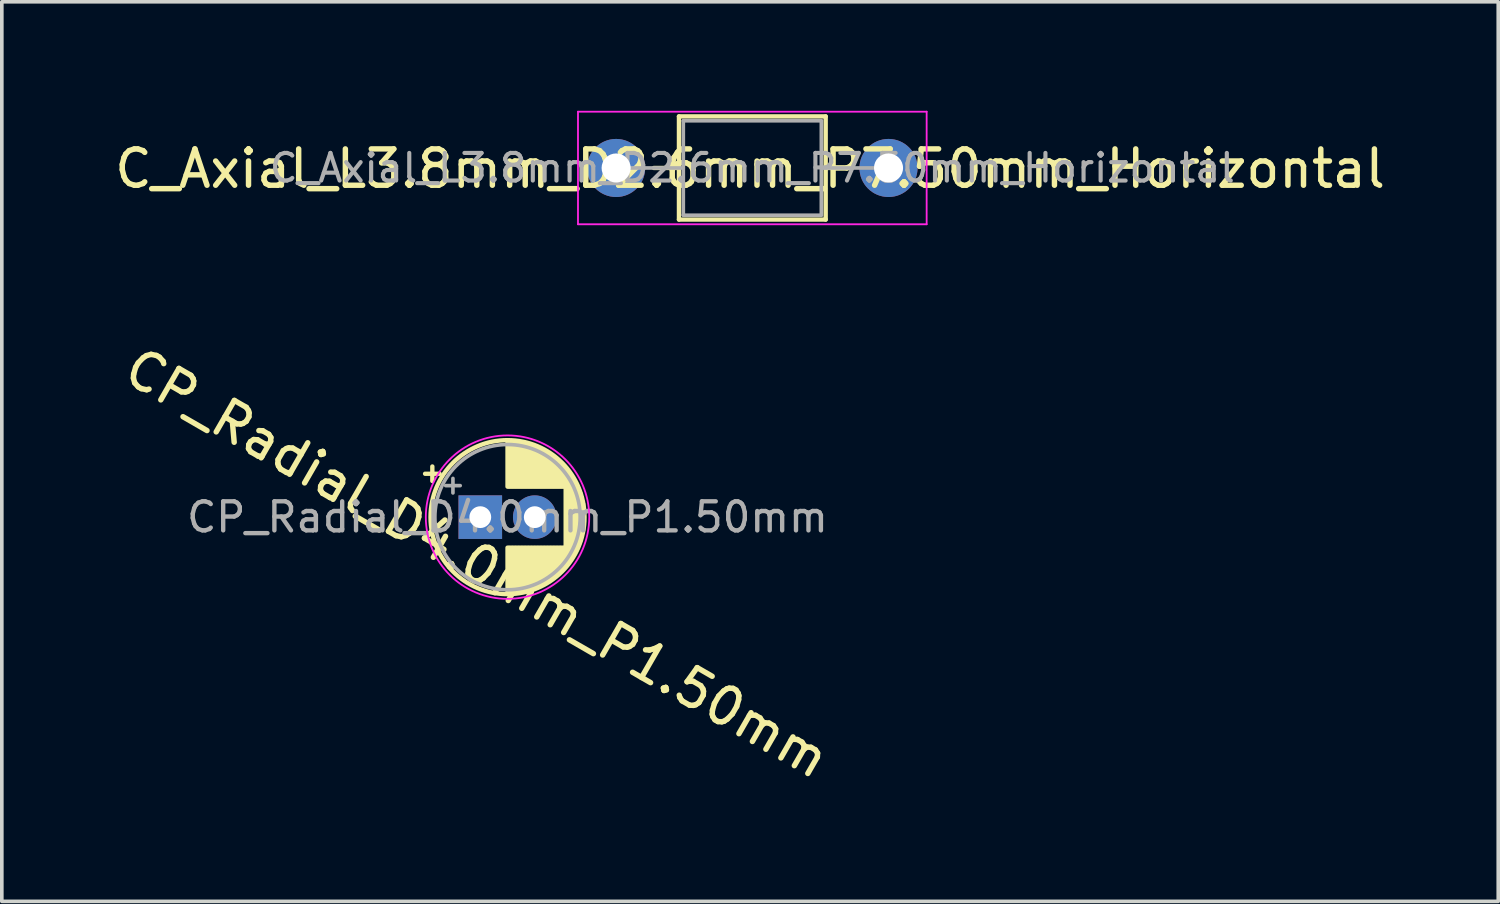
<source format=kicad_pcb>
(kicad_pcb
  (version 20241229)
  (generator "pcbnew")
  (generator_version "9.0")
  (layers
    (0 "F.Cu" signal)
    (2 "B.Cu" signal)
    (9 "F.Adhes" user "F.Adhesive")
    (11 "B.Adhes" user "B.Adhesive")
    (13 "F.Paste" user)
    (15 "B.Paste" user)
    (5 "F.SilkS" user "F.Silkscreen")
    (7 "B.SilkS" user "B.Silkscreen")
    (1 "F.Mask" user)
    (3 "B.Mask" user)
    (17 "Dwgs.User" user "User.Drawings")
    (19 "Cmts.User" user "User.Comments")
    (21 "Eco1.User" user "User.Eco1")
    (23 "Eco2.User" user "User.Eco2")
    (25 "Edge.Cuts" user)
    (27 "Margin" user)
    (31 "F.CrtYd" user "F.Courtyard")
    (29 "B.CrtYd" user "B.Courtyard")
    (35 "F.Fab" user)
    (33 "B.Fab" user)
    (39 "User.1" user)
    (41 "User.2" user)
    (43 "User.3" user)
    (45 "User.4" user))
  (footprint "CP_Radial_D4.0mm_P1.50mm"
    (layer "F.Cu")
    (at 10.174 11.189)
    (property "Reference" "CP_Radial_D4.0mm_P1.50mm" (at -0.095 1.27 330) (layer "F.SilkS") (effects (font (size 1 1) (thickness 0.15))))
    (attr through_hole)
    (fp_line (start -1.52 -1.195) (end -1.12 -1.195) (stroke (width 0.12) (type solid)) (layer "F.SilkS"))
    (fp_line (start -1.32 -1.395) (end -1.32 -0.995) (stroke (width 0.12) (type solid)) (layer "F.SilkS"))
    (fp_line (start 0.75 -2.08) (end 0.75 -0.84) (stroke (width 0.12) (type solid)) (layer "F.SilkS"))
    (fp_line (start 0.75 0.84) (end 0.75 2.08) (stroke (width 0.12) (type solid)) (layer "F.SilkS"))
    (fp_line (start 0.79 -2.08) (end 0.79 -0.84) (stroke (width 0.12) (type solid)) (layer "F.SilkS"))
    (fp_line (start 0.79 0.84) (end 0.79 2.08) (stroke (width 0.12) (type solid)) (layer "F.SilkS"))
    (fp_line (start 0.83 -2.079) (end 0.83 -0.84) (stroke (width 0.12) (type solid)) (layer "F.SilkS"))
    (fp_line (start 0.83 0.84) (end 0.83 2.079) (stroke (width 0.12) (type solid)) (layer "F.SilkS"))
    (fp_line (start 0.87 -2.077) (end 0.87 -0.84) (stroke (width 0.12) (type solid)) (layer "F.SilkS"))
    (fp_line (start 0.87 0.84) (end 0.87 2.077) (stroke (width 0.12) (type solid)) (layer "F.SilkS"))
    (fp_line (start 0.91 -2.074) (end 0.91 -0.84) (stroke (width 0.12) (type solid)) (layer "F.SilkS"))
    (fp_line (start 0.91 0.84) (end 0.91 2.074) (stroke (width 0.12) (type solid)) (layer "F.SilkS"))
    (fp_line (start 0.95 -2.071) (end 0.95 -0.84) (stroke (width 0.12) (type solid)) (layer "F.SilkS"))
    (fp_line (start 0.95 0.84) (end 0.95 2.071) (stroke (width 0.12) (type solid)) (layer "F.SilkS"))
    (fp_line (start 0.99 -2.067) (end 0.99 -0.84) (stroke (width 0.12) (type solid)) (layer "F.SilkS"))
    (fp_line (start 0.99 0.84) (end 0.99 2.067) (stroke (width 0.12) (type solid)) (layer "F.SilkS"))
    (fp_line (start 1.03 -2.062) (end 1.03 -0.84) (stroke (width 0.12) (type solid)) (layer "F.SilkS"))
    (fp_line (start 1.03 0.84) (end 1.03 2.062) (stroke (width 0.12) (type solid)) (layer "F.SilkS"))
    (fp_line (start 1.07 -2.056) (end 1.07 -0.84) (stroke (width 0.12) (type solid)) (layer "F.SilkS"))
    (fp_line (start 1.07 0.84) (end 1.07 2.056) (stroke (width 0.12) (type solid)) (layer "F.SilkS"))
    (fp_line (start 1.11 -2.05) (end 1.11 -0.84) (stroke (width 0.12) (type solid)) (layer "F.SilkS"))
    (fp_line (start 1.11 0.84) (end 1.11 2.05) (stroke (width 0.12) (type solid)) (layer "F.SilkS"))
    (fp_line (start 1.15 -2.042) (end 1.15 -0.84) (stroke (width 0.12) (type solid)) (layer "F.SilkS"))
    (fp_line (start 1.15 0.84) (end 1.15 2.042) (stroke (width 0.12) (type solid)) (layer "F.SilkS"))
    (fp_line (start 1.19 -2.034) (end 1.19 -0.84) (stroke (width 0.12) (type solid)) (layer "F.SilkS"))
    (fp_line (start 1.19 0.84) (end 1.19 2.034) (stroke (width 0.12) (type solid)) (layer "F.SilkS"))
    (fp_line (start 1.23 -2.025) (end 1.23 -0.84) (stroke (width 0.12) (type solid)) (layer "F.SilkS"))
    (fp_line (start 1.23 0.84) (end 1.23 2.025) (stroke (width 0.12) (type solid)) (layer "F.SilkS"))
    (fp_line (start 1.27 -2.016) (end 1.27 -0.84) (stroke (width 0.12) (type solid)) (layer "F.SilkS"))
    (fp_line (start 1.27 0.84) (end 1.27 2.016) (stroke (width 0.12) (type solid)) (layer "F.SilkS"))
    (fp_line (start 1.31 -2.005) (end 1.31 -0.84) (stroke (width 0.12) (type solid)) (layer "F.SilkS"))
    (fp_line (start 1.31 0.84) (end 1.31 2.005) (stroke (width 0.12) (type solid)) (layer "F.SilkS"))
    (fp_line (start 1.35 -1.994) (end 1.35 -0.84) (stroke (width 0.12) (type solid)) (layer "F.SilkS"))
    (fp_line (start 1.35 0.84) (end 1.35 1.994) (stroke (width 0.12) (type solid)) (layer "F.SilkS"))
    (fp_line (start 1.39 -1.982) (end 1.39 -0.84) (stroke (width 0.12) (type solid)) (layer "F.SilkS"))
    (fp_line (start 1.39 0.84) (end 1.39 1.982) (stroke (width 0.12) (type solid)) (layer "F.SilkS"))
    (fp_line (start 1.43 -1.968) (end 1.43 -0.84) (stroke (width 0.12) (type solid)) (layer "F.SilkS"))
    (fp_line (start 1.43 0.84) (end 1.43 1.968) (stroke (width 0.12) (type solid)) (layer "F.SilkS"))
    (fp_line (start 1.471 -1.954) (end 1.471 -0.84) (stroke (width 0.12) (type solid)) (layer "F.SilkS"))
    (fp_line (start 1.471 0.84) (end 1.471 1.954) (stroke (width 0.12) (type solid)) (layer "F.SilkS"))
    (fp_line (start 1.511 -1.94) (end 1.511 -0.84) (stroke (width 0.12) (type solid)) (layer "F.SilkS"))
    (fp_line (start 1.511 0.84) (end 1.511 1.94) (stroke (width 0.12) (type solid)) (layer "F.SilkS"))
    (fp_line (start 1.551 -1.924) (end 1.551 -0.84) (stroke (width 0.12) (type solid)) (layer "F.SilkS"))
    (fp_line (start 1.551 0.84) (end 1.551 1.924) (stroke (width 0.12) (type solid)) (layer "F.SilkS"))
    (fp_line (start 1.591 -1.907) (end 1.591 -0.84) (stroke (width 0.12) (type solid)) (layer "F.SilkS"))
    (fp_line (start 1.591 0.84) (end 1.591 1.907) (stroke (width 0.12) (type solid)) (layer "F.SilkS"))
    (fp_line (start 1.631 -1.889) (end 1.631 -0.84) (stroke (width 0.12) (type solid)) (layer "F.SilkS"))
    (fp_line (start 1.631 0.84) (end 1.631 1.889) (stroke (width 0.12) (type solid)) (layer "F.SilkS"))
    (fp_line (start 1.671 -1.87) (end 1.671 -0.84) (stroke (width 0.12) (type solid)) (layer "F.SilkS"))
    (fp_line (start 1.671 0.84) (end 1.671 1.87) (stroke (width 0.12) (type solid)) (layer "F.SilkS"))
    (fp_line (start 1.711 -1.851) (end 1.711 -0.84) (stroke (width 0.12) (type solid)) (layer "F.SilkS"))
    (fp_line (start 1.711 0.84) (end 1.711 1.851) (stroke (width 0.12) (type solid)) (layer "F.SilkS"))
    (fp_line (start 1.751 -1.83) (end 1.751 -0.84) (stroke (width 0.12) (type solid)) (layer "F.SilkS"))
    (fp_line (start 1.751 0.84) (end 1.751 1.83) (stroke (width 0.12) (type solid)) (layer "F.SilkS"))
    (fp_line (start 1.791 -1.808) (end 1.791 -0.84) (stroke (width 0.12) (type solid)) (layer "F.SilkS"))
    (fp_line (start 1.791 0.84) (end 1.791 1.808) (stroke (width 0.12) (type solid)) (layer "F.SilkS"))
    (fp_line (start 1.831 -1.785) (end 1.831 -0.84) (stroke (width 0.12) (type solid)) (layer "F.SilkS"))
    (fp_line (start 1.831 0.84) (end 1.831 1.785) (stroke (width 0.12) (type solid)) (layer "F.SilkS"))
    (fp_line (start 1.871 -1.76) (end 1.871 -0.84) (stroke (width 0.12) (type solid)) (layer "F.SilkS"))
    (fp_line (start 1.871 0.84) (end 1.871 1.76) (stroke (width 0.12) (type solid)) (layer "F.SilkS"))
    (fp_line (start 1.911 -1.735) (end 1.911 -0.84) (stroke (width 0.12) (type solid)) (layer "F.SilkS"))
    (fp_line (start 1.911 0.84) (end 1.911 1.735) (stroke (width 0.12) (type solid)) (layer "F.SilkS"))
    (fp_line (start 1.951 -1.708) (end 1.951 -0.84) (stroke (width 0.12) (type solid)) (layer "F.SilkS"))
    (fp_line (start 1.951 0.84) (end 1.951 1.708) (stroke (width 0.12) (type solid)) (layer "F.SilkS"))
    (fp_line (start 1.991 -1.68) (end 1.991 -0.84) (stroke (width 0.12) (type solid)) (layer "F.SilkS"))
    (fp_line (start 1.991 0.84) (end 1.991 1.68) (stroke (width 0.12) (type solid)) (layer "F.SilkS"))
    (fp_line (start 2.031 -1.65) (end 2.031 -0.84) (stroke (width 0.12) (type solid)) (layer "F.SilkS"))
    (fp_line (start 2.031 0.84) (end 2.031 1.65) (stroke (width 0.12) (type solid)) (layer "F.SilkS"))
    (fp_line (start 2.071 -1.619) (end 2.071 -0.84) (stroke (width 0.12) (type solid)) (layer "F.SilkS"))
    (fp_line (start 2.071 0.84) (end 2.071 1.619) (stroke (width 0.12) (type solid)) (layer "F.SilkS"))
    (fp_line (start 2.111 -1.587) (end 2.111 -0.84) (stroke (width 0.12) (type solid)) (layer "F.SilkS"))
    (fp_line (start 2.111 0.84) (end 2.111 1.587) (stroke (width 0.12) (type solid)) (layer "F.SilkS"))
    (fp_line (start 2.151 -1.552) (end 2.151 -0.84) (stroke (width 0.12) (type solid)) (layer "F.SilkS"))
    (fp_line (start 2.151 0.84) (end 2.151 1.552) (stroke (width 0.12) (type solid)) (layer "F.SilkS"))
    (fp_line (start 2.191 -1.516) (end 2.191 -0.84) (stroke (width 0.12) (type solid)) (layer "F.SilkS"))
    (fp_line (start 2.191 0.84) (end 2.191 1.516) (stroke (width 0.12) (type solid)) (layer "F.SilkS"))
    (fp_line (start 2.231 -1.478) (end 2.231 -0.84) (stroke (width 0.12) (type solid)) (layer "F.SilkS"))
    (fp_line (start 2.231 0.84) (end 2.231 1.478) (stroke (width 0.12) (type solid)) (layer "F.SilkS"))
    (fp_line (start 2.271 -1.438) (end 2.271 -0.84) (stroke (width 0.12) (type solid)) (layer "F.SilkS"))
    (fp_line (start 2.271 0.84) (end 2.271 1.438) (stroke (width 0.12) (type solid)) (layer "F.SilkS"))
    (fp_line (start 2.311 -1.396) (end 2.311 -0.84) (stroke (width 0.12) (type solid)) (layer "F.SilkS"))
    (fp_line (start 2.311 0.84) (end 2.311 1.396) (stroke (width 0.12) (type solid)) (layer "F.SilkS"))
    (fp_line (start 2.351 -1.351) (end 2.351 1.351) (stroke (width 0.12) (type solid)) (layer "F.SilkS"))
    (fp_line (start 2.391 -1.304) (end 2.391 1.304) (stroke (width 0.12) (type solid)) (layer "F.SilkS"))
    (fp_line (start 2.431 -1.254) (end 2.431 1.254) (stroke (width 0.12) (type solid)) (layer "F.SilkS"))
    (fp_line (start 2.471 -1.2) (end 2.471 1.2) (stroke (width 0.12) (type solid)) (layer "F.SilkS"))
    (fp_line (start 2.511 -1.142) (end 2.511 1.142) (stroke (width 0.12) (type solid)) (layer "F.SilkS"))
    (fp_line (start 2.551 -1.08) (end 2.551 1.08) (stroke (width 0.12) (type solid)) (layer "F.SilkS"))
    (fp_line (start 2.591 -1.013) (end 2.591 1.013) (stroke (width 0.12) (type solid)) (layer "F.SilkS"))
    (fp_line (start 2.631 -0.94) (end 2.631 0.94) (stroke (width 0.12) (type solid)) (layer "F.SilkS"))
    (fp_line (start 2.671 -0.859) (end 2.671 0.859) (stroke (width 0.12) (type solid)) (layer "F.SilkS"))
    (fp_line (start 2.711 -0.768) (end 2.711 0.768) (stroke (width 0.12) (type solid)) (layer "F.SilkS"))
    (fp_line (start 2.751 -0.664) (end 2.751 0.664) (stroke (width 0.12) (type solid)) (layer "F.SilkS"))
    (fp_line (start 2.791 -0.537) (end 2.791 0.537) (stroke (width 0.12) (type solid)) (layer "F.SilkS"))
    (fp_line (start 2.831 -0.37) (end 2.831 0.37) (stroke (width 0.12) (type solid)) (layer "F.SilkS"))
    (fp_circle (center 0.75 0) (end 2.87 0) (stroke (width 0.12) (type solid)) (fill no) (layer "F.SilkS"))
    (fp_circle (center 0.75 0) (end 3 0) (stroke (width 0.05) (type solid)) (fill no) (layer "F.CrtYd"))
    (fp_line (start -0.953 -0.868) (end -0.553 -0.868) (stroke (width 0.1) (type solid)) (layer "F.Fab"))
    (fp_line (start -0.753 -1.067) (end -0.753 -0.667) (stroke (width 0.1) (type solid)) (layer "F.Fab"))
    (fp_circle (center 0.75 0) (end 2.75 0) (stroke (width 0.1) (type solid)) (fill no) (layer "F.Fab"))
    (fp_text user "${REFERENCE}" (at 0.75 0 0) (layer "F.Fab") (effects (font (size 0.8 0.8) (thickness 0.12))))
    (pad "1" thru_hole rect (at 0 0) (size 1.2 1.2) (drill 0.6) (layers "*.Cu" "*.Mask"))
    (pad "2" thru_hole circle (at 1.5 0) (size 1.2 1.2) (drill 0.6) (layers "*.Cu" "*.Mask")))
  (footprint "C_Axial_L3.8mm_D2.6mm_P7.50mm_Horizontal"
    (layer "F.Cu")
    (at 13.914 1.575)
    (property "Reference" "C_Axial_L3.8mm_D2.6mm_P7.50mm_Horizontal" (at 3.688 0.02 0) (layer "F.SilkS") (effects (font (size 1 1) (thickness 0.15))))
    (attr through_hole)
    (fp_line (start 1.04 0) (end 1.73 0) (stroke (width 0.12) (type solid)) (layer "F.SilkS"))
    (fp_line (start 1.73 -1.42) (end 1.73 1.42) (stroke (width 0.12) (type solid)) (layer "F.SilkS"))
    (fp_line (start 1.73 1.42) (end 5.77 1.42) (stroke (width 0.12) (type solid)) (layer "F.SilkS"))
    (fp_line (start 5.77 -1.42) (end 1.73 -1.42) (stroke (width 0.12) (type solid)) (layer "F.SilkS"))
    (fp_line (start 5.77 1.42) (end 5.77 -1.42) (stroke (width 0.12) (type solid)) (layer "F.SilkS"))
    (fp_line (start 6.46 0) (end 5.77 0) (stroke (width 0.12) (type solid)) (layer "F.SilkS"))
    (fp_line (start -1.05 -1.55) (end -1.05 1.55) (stroke (width 0.05) (type solid)) (layer "F.CrtYd"))
    (fp_line (start -1.05 1.55) (end 8.55 1.55) (stroke (width 0.05) (type solid)) (layer "F.CrtYd"))
    (fp_line (start 8.55 -1.55) (end -1.05 -1.55) (stroke (width 0.05) (type solid)) (layer "F.CrtYd"))
    (fp_line (start 8.55 1.55) (end 8.55 -1.55) (stroke (width 0.05) (type solid)) (layer "F.CrtYd"))
    (fp_line (start 0 0) (end 1.85 0) (stroke (width 0.1) (type solid)) (layer "F.Fab"))
    (fp_line (start 1.85 -1.3) (end 1.85 1.3) (stroke (width 0.1) (type solid)) (layer "F.Fab"))
    (fp_line (start 1.85 1.3) (end 5.65 1.3) (stroke (width 0.1) (type solid)) (layer "F.Fab"))
    (fp_line (start 5.65 -1.3) (end 1.85 -1.3) (stroke (width 0.1) (type solid)) (layer "F.Fab"))
    (fp_line (start 5.65 1.3) (end 5.65 -1.3) (stroke (width 0.1) (type solid)) (layer "F.Fab"))
    (fp_line (start 7.5 0) (end 5.65 0) (stroke (width 0.1) (type solid)) (layer "F.Fab"))
    (fp_text user "${REFERENCE}" (at 3.75 0 0) (layer "F.Fab") (effects (font (size 0.76 0.76) (thickness 0.114))))
    (pad "1" thru_hole circle (at 0 0) (size 1.6 1.6) (drill 0.8) (layers "*.Cu" "*.Mask"))
    (pad "2" thru_hole oval (at 7.5 0) (size 1.6 1.6) (drill 0.8) (layers "*.Cu" "*.Mask")))
  (gr_rect
    (start -3 -3)
    (end 38.202 21.768)
    (stroke (width 0.1) (type default))
    (fill no)
    (layer "Edge.Cuts")))
</source>
